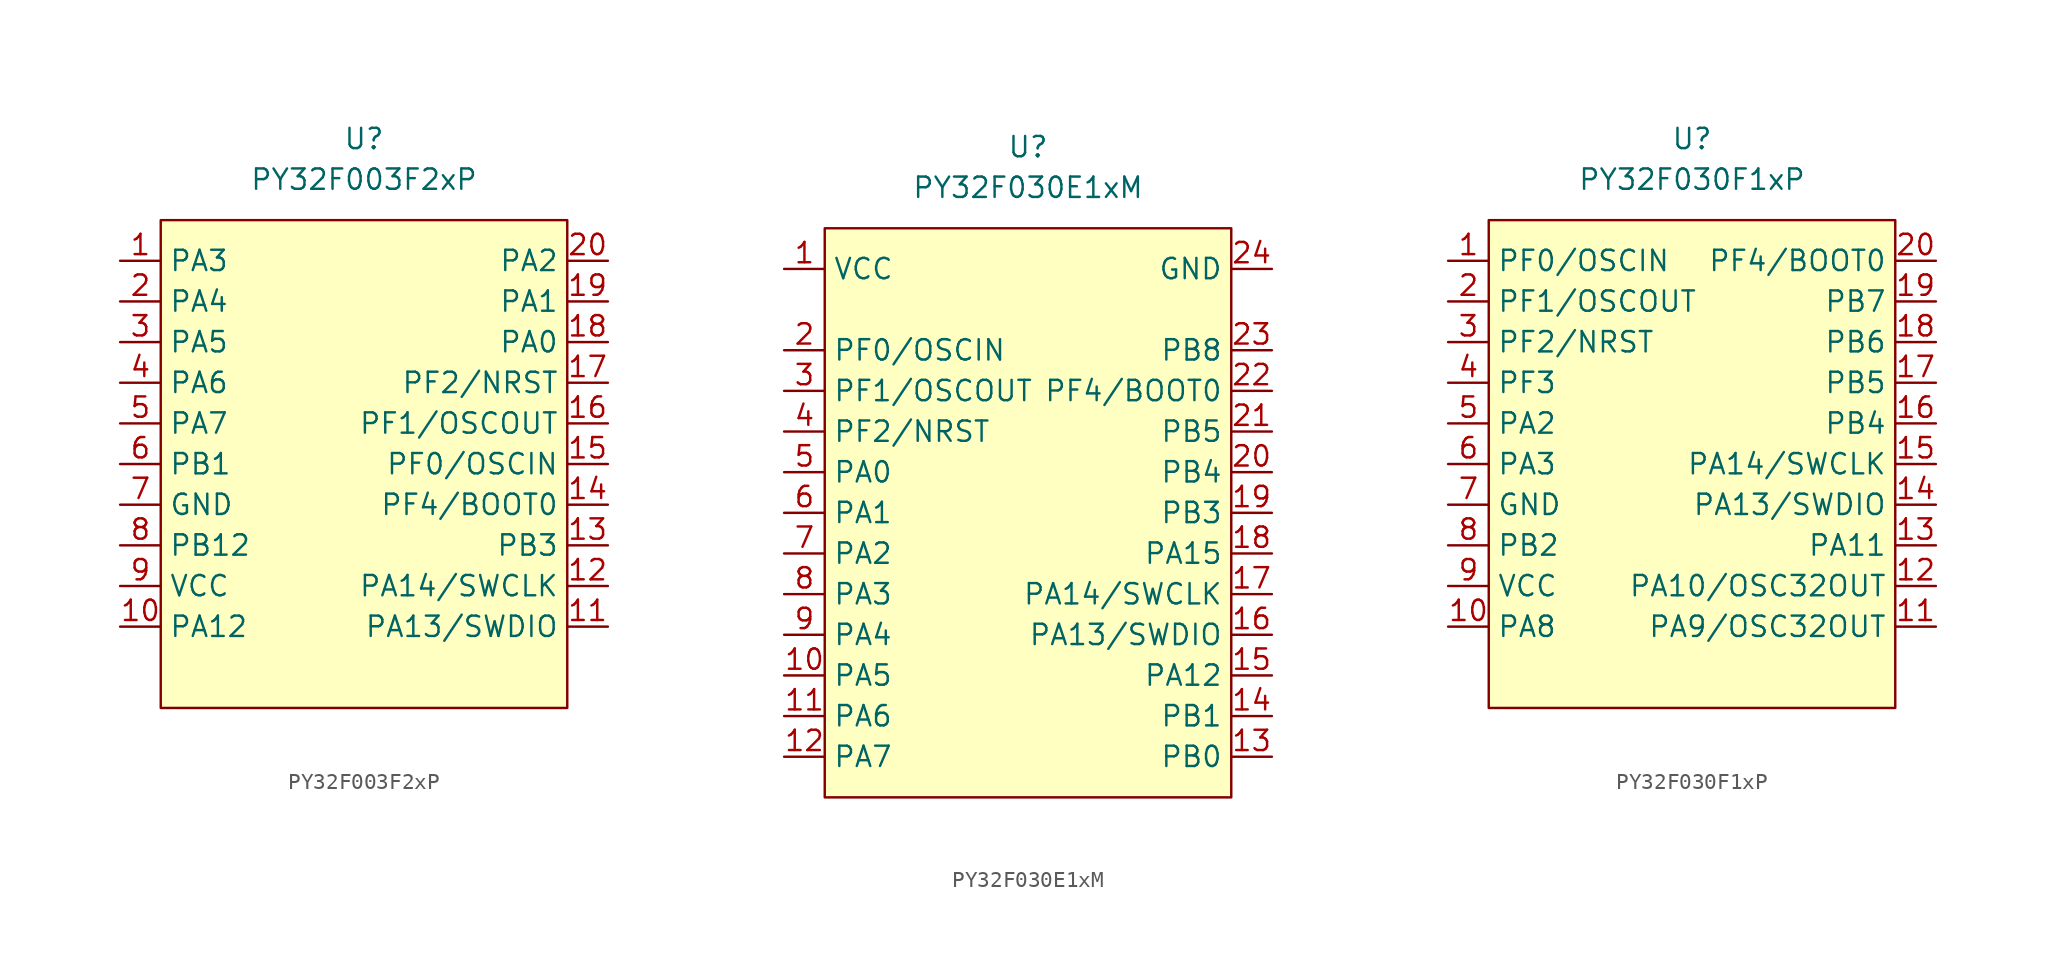
<source format=kicad_sym>
(kicad_symbol_lib
  (version 20220914)
  (generator kicad_symbol_editor)
  (symbol "PY32F003F2xP"
    (property "Reference" "U"
      (at 0 20.32 0)
      (effects (font (size 1.27 1.27))))
    (property "Value" "PY32F003F2xP"
      (at 0 17.78 0)
      (effects (font (size 1.27 1.27))))
    (symbol "PY32F003F2xP_0_1"
      (rectangle (start -12.7 15.24) (end 12.7 -15.24) (stroke (width 0) (type default)) (fill (type background))))
    (symbol "PY32F003F2xP_1_1"
      (pin bidirectional line (at -15.24 12.7 0) (length 2.54) (name "PA3" (effects (font (size 1.27 1.27)))) (number "1" (effects (font (size 1.27 1.27)))))
      (pin bidirectional line (at -15.24 -10.16 0) (length 2.54) (name "PA12" (effects (font (size 1.27 1.27)))) (number "10" (effects (font (size 1.27 1.27)))))
      (pin bidirectional line (at 15.24 -10.16 180) (length 2.54) (name "PA13/SWDIO" (effects (font (size 1.27 1.27)))) (number "11" (effects (font (size 1.27 1.27)))))
      (pin bidirectional line (at 15.24 -7.62 180) (length 2.54) (name "PA14/SWCLK" (effects (font (size 1.27 1.27)))) (number "12" (effects (font (size 1.27 1.27)))))
      (pin bidirectional line (at 15.24 -5.08 180) (length 2.54) (name "PB3" (effects (font (size 1.27 1.27)))) (number "13" (effects (font (size 1.27 1.27)))))
      (pin bidirectional line (at 15.24 -2.54 180) (length 2.54) (name "PF4/BOOT0" (effects (font (size 1.27 1.27)))) (number "14" (effects (font (size 1.27 1.27)))))
      (pin bidirectional line (at 15.24 0 180) (length 2.54) (name "PF0/OSCIN" (effects (font (size 1.27 1.27)))) (number "15" (effects (font (size 1.27 1.27)))))
      (pin bidirectional line (at 15.24 2.54 180) (length 2.54) (name "PF1/OSCOUT" (effects (font (size 1.27 1.27)))) (number "16" (effects (font (size 1.27 1.27)))))
      (pin bidirectional line (at 15.24 5.08 180) (length 2.54) (name "PF2/NRST" (effects (font (size 1.27 1.27)))) (number "17" (effects (font (size 1.27 1.27)))))
      (pin bidirectional line (at 15.24 7.62 180) (length 2.54) (name "PA0" (effects (font (size 1.27 1.27)))) (number "18" (effects (font (size 1.27 1.27)))))
      (pin bidirectional line (at 15.24 10.16 180) (length 2.54) (name "PA1" (effects (font (size 1.27 1.27)))) (number "19" (effects (font (size 1.27 1.27)))))
      (pin bidirectional line (at -15.24 10.16 0) (length 2.54) (name "PA4" (effects (font (size 1.27 1.27)))) (number "2" (effects (font (size 1.27 1.27)))))
      (pin bidirectional line (at 15.24 12.7 180) (length 2.54) (name "PA2" (effects (font (size 1.27 1.27)))) (number "20" (effects (font (size 1.27 1.27)))))
      (pin bidirectional line (at -15.24 7.62 0) (length 2.54) (name "PA5" (effects (font (size 1.27 1.27)))) (number "3" (effects (font (size 1.27 1.27)))))
      (pin bidirectional line (at -15.24 5.08 0) (length 2.54) (name "PA6" (effects (font (size 1.27 1.27)))) (number "4" (effects (font (size 1.27 1.27)))))
      (pin bidirectional line (at -15.24 2.54 0) (length 2.54) (name "PA7" (effects (font (size 1.27 1.27)))) (number "5" (effects (font (size 1.27 1.27)))))
      (pin bidirectional line (at -15.24 0 0) (length 2.54) (name "PB1" (effects (font (size 1.27 1.27)))) (number "6" (effects (font (size 1.27 1.27)))))
      (pin power_in line (at -15.24 -2.54 0) (length 2.54) (name "GND" (effects (font (size 1.27 1.27)))) (number "7" (effects (font (size 1.27 1.27)))))
      (pin bidirectional line (at -15.24 -5.08 0) (length 2.54) (name "PB12" (effects (font (size 1.27 1.27)))) (number "8" (effects (font (size 1.27 1.27)))))
      (pin power_in line (at -15.24 -7.62 0) (length 2.54) (name "VCC" (effects (font (size 1.27 1.27)))) (number "9" (effects (font (size 1.27 1.27)))))))
  (symbol "PY32F030E1xM"
    (property "Reference" "U"
      (at 0 22.86 0)
      (effects (font (size 1.27 1.27))))
    (property "Value" "PY32F030E1xM"
      (at 0 20.32 0)
      (effects (font (size 1.27 1.27))))
    (symbol "PY32F030E1xM_0_1"
      (rectangle (start -12.7 17.78) (end 12.7 -17.78) (stroke (width 0) (type default)) (fill (type background))))
    (symbol "PY32F030E1xM_1_1"
      (pin power_in line (at -15.24 15.24 0) (length 2.54) (name "VCC" (effects (font (size 1.27 1.27)))) (number "1" (effects (font (size 1.27 1.27)))))
      (pin bidirectional line (at -15.24 -10.16 0) (length 2.54) (name "PA5" (effects (font (size 1.27 1.27)))) (number "10" (effects (font (size 1.27 1.27)))))
      (pin bidirectional line (at -15.24 -12.7 0) (length 2.54) (name "PA6" (effects (font (size 1.27 1.27)))) (number "11" (effects (font (size 1.27 1.27)))))
      (pin bidirectional line (at -15.24 -15.24 0) (length 2.54) (name "PA7" (effects (font (size 1.27 1.27)))) (number "12" (effects (font (size 1.27 1.27)))))
      (pin bidirectional line (at 15.24 -15.24 180) (length 2.54) (name "PB0" (effects (font (size 1.27 1.27)))) (number "13" (effects (font (size 1.27 1.27)))))
      (pin bidirectional line (at 15.24 -12.7 180) (length 2.54) (name "PB1" (effects (font (size 1.27 1.27)))) (number "14" (effects (font (size 1.27 1.27)))))
      (pin bidirectional line (at 15.24 -10.16 180) (length 2.54) (name "PA12" (effects (font (size 1.27 1.27)))) (number "15" (effects (font (size 1.27 1.27)))))
      (pin bidirectional line (at 15.24 -7.62 180) (length 2.54) (name "PA13/SWDIO" (effects (font (size 1.27 1.27)))) (number "16" (effects (font (size 1.27 1.27)))))
      (pin bidirectional line (at 15.24 -5.08 180) (length 2.54) (name "PA14/SWCLK" (effects (font (size 1.27 1.27)))) (number "17" (effects (font (size 1.27 1.27)))))
      (pin bidirectional line (at 15.24 -2.54 180) (length 2.54) (name "PA15" (effects (font (size 1.27 1.27)))) (number "18" (effects (font (size 1.27 1.27)))))
      (pin bidirectional line (at 15.24 0 180) (length 2.54) (name "PB3" (effects (font (size 1.27 1.27)))) (number "19" (effects (font (size 1.27 1.27)))))
      (pin bidirectional line (at -15.24 10.16 0) (length 2.54) (name "PF0/OSCIN" (effects (font (size 1.27 1.27)))) (number "2" (effects (font (size 1.27 1.27)))))
      (pin bidirectional line (at 15.24 2.54 180) (length 2.54) (name "PB4" (effects (font (size 1.27 1.27)))) (number "20" (effects (font (size 1.27 1.27)))))
      (pin bidirectional line (at 15.24 5.08 180) (length 2.54) (name "PB5" (effects (font (size 1.27 1.27)))) (number "21" (effects (font (size 1.27 1.27)))))
      (pin bidirectional line (at 15.24 7.62 180) (length 2.54) (name "PF4/BOOT0" (effects (font (size 1.27 1.27)))) (number "22" (effects (font (size 1.27 1.27)))))
      (pin bidirectional line (at 15.24 10.16 180) (length 2.54) (name "PB8" (effects (font (size 1.27 1.27)))) (number "23" (effects (font (size 1.27 1.27)))))
      (pin power_in line (at 15.24 15.24 180) (length 2.54) (name "GND" (effects (font (size 1.27 1.27)))) (number "24" (effects (font (size 1.27 1.27)))))
      (pin bidirectional line (at -15.24 7.62 0) (length 2.54) (name "PF1/OSCOUT" (effects (font (size 1.27 1.27)))) (number "3" (effects (font (size 1.27 1.27)))))
      (pin bidirectional line (at -15.24 5.08 0) (length 2.54) (name "PF2/NRST" (effects (font (size 1.27 1.27)))) (number "4" (effects (font (size 1.27 1.27)))))
      (pin bidirectional line (at -15.24 2.54 0) (length 2.54) (name "PA0" (effects (font (size 1.27 1.27)))) (number "5" (effects (font (size 1.27 1.27)))))
      (pin bidirectional line (at -15.24 0 0) (length 2.54) (name "PA1" (effects (font (size 1.27 1.27)))) (number "6" (effects (font (size 1.27 1.27)))))
      (pin bidirectional line (at -15.24 -2.54 0) (length 2.54) (name "PA2" (effects (font (size 1.27 1.27)))) (number "7" (effects (font (size 1.27 1.27)))))
      (pin bidirectional line (at -15.24 -5.08 0) (length 2.54) (name "PA3" (effects (font (size 1.27 1.27)))) (number "8" (effects (font (size 1.27 1.27)))))
      (pin bidirectional line (at -15.24 -7.62 0) (length 2.54) (name "PA4" (effects (font (size 1.27 1.27)))) (number "9" (effects (font (size 1.27 1.27)))))))
  (symbol "PY32F030F1xP"
    (property "Reference" "U"
      (at 0 20.32 0)
      (effects (font (size 1.27 1.27))))
    (property "Value" "PY32F030F1xP"
      (at 0 17.78 0)
      (effects (font (size 1.27 1.27))))
    (symbol "PY32F030F1xP_0_1"
      (rectangle (start -12.7 15.24) (end 12.7 -15.24) (stroke (width 0) (type default)) (fill (type background))))
    (symbol "PY32F030F1xP_1_1"
      (pin bidirectional line (at -15.24 12.7 0) (length 2.54) (name "PF0/OSCIN" (effects (font (size 1.27 1.27)))) (number "1" (effects (font (size 1.27 1.27)))))
      (pin bidirectional line (at -15.24 -10.16 0) (length 2.54) (name "PA8" (effects (font (size 1.27 1.27)))) (number "10" (effects (font (size 1.27 1.27)))))
      (pin bidirectional line (at 15.24 -10.16 180) (length 2.54) (name "PA9/OSC32OUT" (effects (font (size 1.27 1.27)))) (number "11" (effects (font (size 1.27 1.27)))))
      (pin bidirectional line (at 15.24 -7.62 180) (length 2.54) (name "PA10/OSC32OUT" (effects (font (size 1.27 1.27)))) (number "12" (effects (font (size 1.27 1.27)))))
      (pin bidirectional line (at 15.24 -5.08 180) (length 2.54) (name "PA11" (effects (font (size 1.27 1.27)))) (number "13" (effects (font (size 1.27 1.27)))))
      (pin bidirectional line (at 15.24 -2.54 180) (length 2.54) (name "PA13/SWDIO" (effects (font (size 1.27 1.27)))) (number "14" (effects (font (size 1.27 1.27)))))
      (pin bidirectional line (at 15.24 0 180) (length 2.54) (name "PA14/SWCLK" (effects (font (size 1.27 1.27)))) (number "15" (effects (font (size 1.27 1.27)))))
      (pin bidirectional line (at 15.24 2.54 180) (length 2.54) (name "PB4" (effects (font (size 1.27 1.27)))) (number "16" (effects (font (size 1.27 1.27)))))
      (pin bidirectional line (at 15.24 5.08 180) (length 2.54) (name "PB5" (effects (font (size 1.27 1.27)))) (number "17" (effects (font (size 1.27 1.27)))))
      (pin bidirectional line (at 15.24 7.62 180) (length 2.54) (name "PB6" (effects (font (size 1.27 1.27)))) (number "18" (effects (font (size 1.27 1.27)))))
      (pin bidirectional line (at 15.24 10.16 180) (length 2.54) (name "PB7" (effects (font (size 1.27 1.27)))) (number "19" (effects (font (size 1.27 1.27)))))
      (pin bidirectional line (at -15.24 10.16 0) (length 2.54) (name "PF1/OSCOUT" (effects (font (size 1.27 1.27)))) (number "2" (effects (font (size 1.27 1.27)))))
      (pin bidirectional line (at 15.24 12.7 180) (length 2.54) (name "PF4/BOOT0" (effects (font (size 1.27 1.27)))) (number "20" (effects (font (size 1.27 1.27)))))
      (pin bidirectional line (at -15.24 7.62 0) (length 2.54) (name "PF2/NRST" (effects (font (size 1.27 1.27)))) (number "3" (effects (font (size 1.27 1.27)))))
      (pin bidirectional line (at -15.24 5.08 0) (length 2.54) (name "PF3" (effects (font (size 1.27 1.27)))) (number "4" (effects (font (size 1.27 1.27)))))
      (pin bidirectional line (at -15.24 2.54 0) (length 2.54) (name "PA2" (effects (font (size 1.27 1.27)))) (number "5" (effects (font (size 1.27 1.27)))))
      (pin bidirectional line (at -15.24 0 0) (length 2.54) (name "PA3" (effects (font (size 1.27 1.27)))) (number "6" (effects (font (size 1.27 1.27)))))
      (pin power_in line (at -15.24 -2.54 0) (length 2.54) (name "GND" (effects (font (size 1.27 1.27)))) (number "7" (effects (font (size 1.27 1.27)))))
      (pin bidirectional line (at -15.24 -5.08 0) (length 2.54) (name "PB2" (effects (font (size 1.27 1.27)))) (number "8" (effects (font (size 1.27 1.27)))))
      (pin power_in line (at -15.24 -7.62 0) (length 2.54) (name "VCC" (effects (font (size 1.27 1.27)))) (number "9" (effects (font (size 1.27 1.27))))))))
</source>
